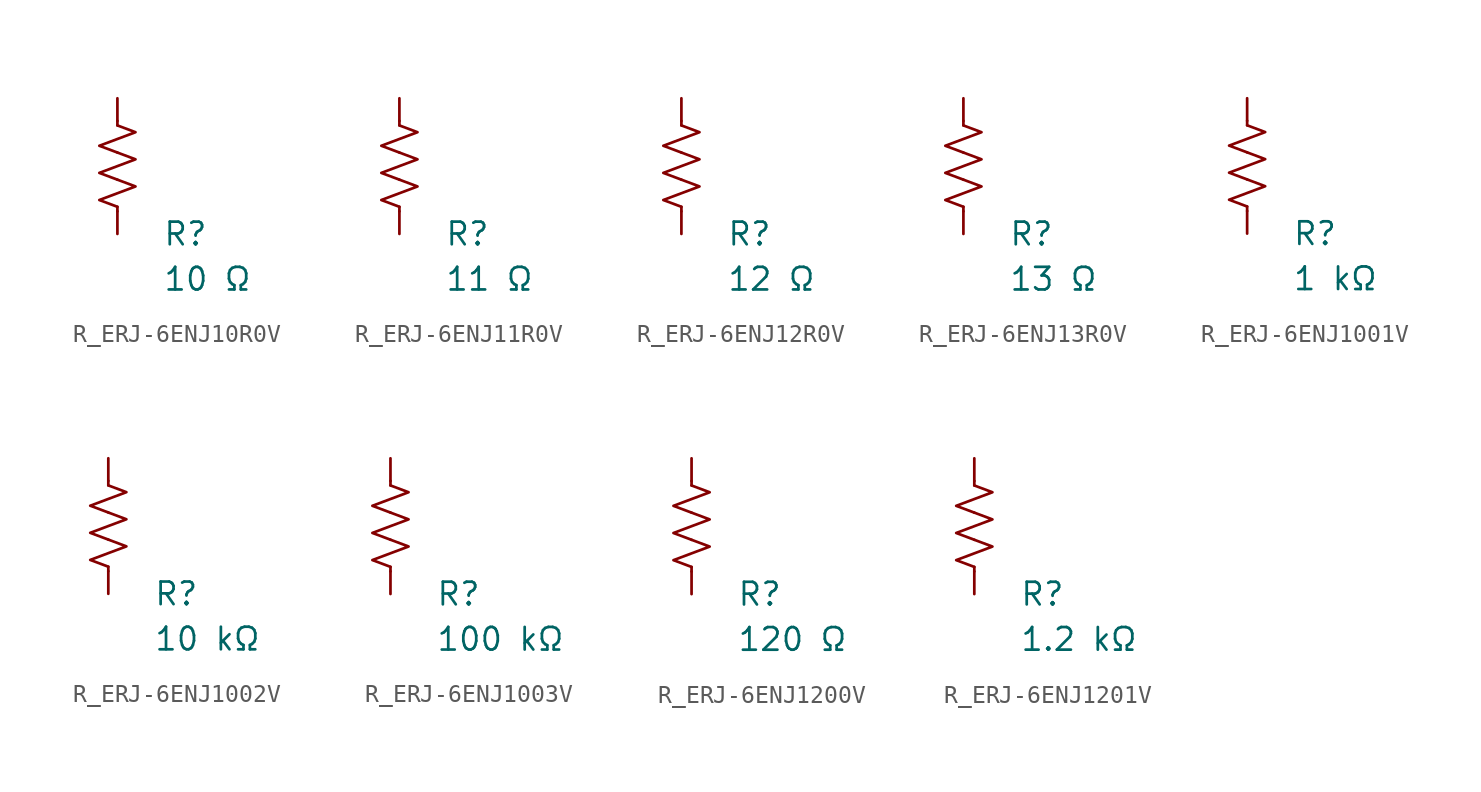
<source format=kicad_sym>
(kicad_symbol_lib
  (version 20231120)
  (generator "kicad_symbol_editor")
  (generator_version "8.0")
  (symbol "R_ERJ-6ENJ10R0V"
    (pin_numbers hide)
    (pin_names
      (offset 0))
    (property "Reference" "R"
      (at 2.54 -3.81 0)
      (effects (font (size 1.27 1.27)) (justify left))
      (show_name no))
    (property "Value" "10 Ω"
      (at 2.54 -6.35 0)
      (effects (font (size 1.27 1.27)) (justify left))
      (show_name no))
    (symbol "R_ERJ-6ENJ10R0V_0_1"
      (polyline (pts (xy 0 -2.286) (xy 0 -2.54)) (stroke (width 0) (type default)) (fill (type none)))
      (polyline (pts (xy 0 2.286) (xy 0 2.54)) (stroke (width 0) (type default)) (fill (type none)))
      (polyline (pts (xy 0 -0.762) (xy 1.016 -1.143) (xy 0 -1.524) (xy -1.016 -1.905) (xy 0 -2.286)) (stroke (width 0) (type default)) (fill (type none)))
      (polyline (pts (xy 0 0.762) (xy 1.016 0.381) (xy 0 0) (xy -1.016 -0.381) (xy 0 -0.762)) (stroke (width 0) (type default)) (fill (type none)))
      (polyline (pts (xy 0 2.286) (xy 1.016 1.905) (xy 0 1.524) (xy -1.016 1.143) (xy 0 0.762)) (stroke (width 0) (type default)) (fill (type none))))
    (symbol "R_ERJ-6ENJ10R0V_1_1"
      (pin passive line (at 0 3.81 270) (length 1.27) (name "~" (effects (font (size 1.27 1.27)))) (number "1" (effects (font (size 1.27 1.27)))))
      (pin passive line (at 0 -3.81 90) (length 1.27) (name "~" (effects (font (size 1.27 1.27)))) (number "2" (effects (font (size 1.27 1.27)))))))
  (symbol "R_ERJ-6ENJ11R0V"
    (pin_numbers hide)
    (pin_names
      (offset 0))
    (property "Reference" "R"
      (at 2.54 -3.81 0)
      (effects (font (size 1.27 1.27)) (justify left))
      (show_name no))
    (property "Value" "11 Ω"
      (at 2.54 -6.35 0)
      (effects (font (size 1.27 1.27)) (justify left))
      (show_name no))
    (symbol "R_ERJ-6ENJ11R0V_0_1"
      (polyline (pts (xy 0 -2.286) (xy 0 -2.54)) (stroke (width 0) (type default)) (fill (type none)))
      (polyline (pts (xy 0 2.286) (xy 0 2.54)) (stroke (width 0) (type default)) (fill (type none)))
      (polyline (pts (xy 0 -0.762) (xy 1.016 -1.143) (xy 0 -1.524) (xy -1.016 -1.905) (xy 0 -2.286)) (stroke (width 0) (type default)) (fill (type none)))
      (polyline (pts (xy 0 0.762) (xy 1.016 0.381) (xy 0 0) (xy -1.016 -0.381) (xy 0 -0.762)) (stroke (width 0) (type default)) (fill (type none)))
      (polyline (pts (xy 0 2.286) (xy 1.016 1.905) (xy 0 1.524) (xy -1.016 1.143) (xy 0 0.762)) (stroke (width 0) (type default)) (fill (type none))))
    (symbol "R_ERJ-6ENJ11R0V_1_1"
      (pin passive line (at 0 3.81 270) (length 1.27) (name "~" (effects (font (size 1.27 1.27)))) (number "1" (effects (font (size 1.27 1.27)))))
      (pin passive line (at 0 -3.81 90) (length 1.27) (name "~" (effects (font (size 1.27 1.27)))) (number "2" (effects (font (size 1.27 1.27)))))))
  (symbol "R_ERJ-6ENJ12R0V"
    (pin_numbers hide)
    (pin_names
      (offset 0))
    (property "Reference" "R"
      (at 2.54 -3.81 0)
      (effects (font (size 1.27 1.27)) (justify left))
      (show_name no))
    (property "Value" "12 Ω"
      (at 2.54 -6.35 0)
      (effects (font (size 1.27 1.27)) (justify left))
      (show_name no))
    (symbol "R_ERJ-6ENJ12R0V_0_1"
      (polyline (pts (xy 0 -2.286) (xy 0 -2.54)) (stroke (width 0) (type default)) (fill (type none)))
      (polyline (pts (xy 0 2.286) (xy 0 2.54)) (stroke (width 0) (type default)) (fill (type none)))
      (polyline (pts (xy 0 -0.762) (xy 1.016 -1.143) (xy 0 -1.524) (xy -1.016 -1.905) (xy 0 -2.286)) (stroke (width 0) (type default)) (fill (type none)))
      (polyline (pts (xy 0 0.762) (xy 1.016 0.381) (xy 0 0) (xy -1.016 -0.381) (xy 0 -0.762)) (stroke (width 0) (type default)) (fill (type none)))
      (polyline (pts (xy 0 2.286) (xy 1.016 1.905) (xy 0 1.524) (xy -1.016 1.143) (xy 0 0.762)) (stroke (width 0) (type default)) (fill (type none))))
    (symbol "R_ERJ-6ENJ12R0V_1_1"
      (pin passive line (at 0 3.81 270) (length 1.27) (name "~" (effects (font (size 1.27 1.27)))) (number "1" (effects (font (size 1.27 1.27)))))
      (pin passive line (at 0 -3.81 90) (length 1.27) (name "~" (effects (font (size 1.27 1.27)))) (number "2" (effects (font (size 1.27 1.27)))))))
  (symbol "R_ERJ-6ENJ13R0V"
    (pin_numbers hide)
    (pin_names
      (offset 0))
    (property "Reference" "R"
      (at 2.54 -3.81 0)
      (effects (font (size 1.27 1.27)) (justify left))
      (show_name no))
    (property "Value" "13 Ω"
      (at 2.54 -6.35 0)
      (effects (font (size 1.27 1.27)) (justify left))
      (show_name no))
    (symbol "R_ERJ-6ENJ13R0V_0_1"
      (polyline (pts (xy 0 -2.286) (xy 0 -2.54)) (stroke (width 0) (type default)) (fill (type none)))
      (polyline (pts (xy 0 2.286) (xy 0 2.54)) (stroke (width 0) (type default)) (fill (type none)))
      (polyline (pts (xy 0 -0.762) (xy 1.016 -1.143) (xy 0 -1.524) (xy -1.016 -1.905) (xy 0 -2.286)) (stroke (width 0) (type default)) (fill (type none)))
      (polyline (pts (xy 0 0.762) (xy 1.016 0.381) (xy 0 0) (xy -1.016 -0.381) (xy 0 -0.762)) (stroke (width 0) (type default)) (fill (type none)))
      (polyline (pts (xy 0 2.286) (xy 1.016 1.905) (xy 0 1.524) (xy -1.016 1.143) (xy 0 0.762)) (stroke (width 0) (type default)) (fill (type none))))
    (symbol "R_ERJ-6ENJ13R0V_1_1"
      (pin passive line (at 0 3.81 270) (length 1.27) (name "~" (effects (font (size 1.27 1.27)))) (number "1" (effects (font (size 1.27 1.27)))))
      (pin passive line (at 0 -3.81 90) (length 1.27) (name "~" (effects (font (size 1.27 1.27)))) (number "2" (effects (font (size 1.27 1.27)))))))
  (symbol "R_ERJ-6ENJ1001V"
    (pin_numbers hide)
    (pin_names
      (offset 0))
    (property "Reference" "R"
      (at 2.54 -3.81 0)
      (effects (font (size 1.27 1.27)) (justify left))
      (show_name no))
    (property "Value" "1 kΩ"
      (at 2.54 -6.35 0)
      (effects (font (size 1.27 1.27)) (justify left))
      (show_name no))
    (symbol "R_ERJ-6ENJ1001V_0_1"
      (polyline (pts (xy 0 -2.286) (xy 0 -2.54)) (stroke (width 0) (type default)) (fill (type none)))
      (polyline (pts (xy 0 2.286) (xy 0 2.54)) (stroke (width 0) (type default)) (fill (type none)))
      (polyline (pts (xy 0 -0.762) (xy 1.016 -1.143) (xy 0 -1.524) (xy -1.016 -1.905) (xy 0 -2.286)) (stroke (width 0) (type default)) (fill (type none)))
      (polyline (pts (xy 0 0.762) (xy 1.016 0.381) (xy 0 0) (xy -1.016 -0.381) (xy 0 -0.762)) (stroke (width 0) (type default)) (fill (type none)))
      (polyline (pts (xy 0 2.286) (xy 1.016 1.905) (xy 0 1.524) (xy -1.016 1.143) (xy 0 0.762)) (stroke (width 0) (type default)) (fill (type none))))
    (symbol "R_ERJ-6ENJ1001V_1_1"
      (pin passive line (at 0 3.81 270) (length 1.27) (name "~" (effects (font (size 1.27 1.27)))) (number "1" (effects (font (size 1.27 1.27)))))
      (pin passive line (at 0 -3.81 90) (length 1.27) (name "~" (effects (font (size 1.27 1.27)))) (number "2" (effects (font (size 1.27 1.27)))))))
  (symbol "R_ERJ-6ENJ1002V"
    (pin_numbers hide)
    (pin_names
      (offset 0))
    (property "Reference" "R"
      (at 2.54 -3.81 0)
      (effects (font (size 1.27 1.27)) (justify left))
      (show_name no))
    (property "Value" "10 kΩ"
      (at 2.54 -6.35 0)
      (effects (font (size 1.27 1.27)) (justify left))
      (show_name no))
    (symbol "R_ERJ-6ENJ1002V_0_1"
      (polyline (pts (xy 0 -2.286) (xy 0 -2.54)) (stroke (width 0) (type default)) (fill (type none)))
      (polyline (pts (xy 0 2.286) (xy 0 2.54)) (stroke (width 0) (type default)) (fill (type none)))
      (polyline (pts (xy 0 -0.762) (xy 1.016 -1.143) (xy 0 -1.524) (xy -1.016 -1.905) (xy 0 -2.286)) (stroke (width 0) (type default)) (fill (type none)))
      (polyline (pts (xy 0 0.762) (xy 1.016 0.381) (xy 0 0) (xy -1.016 -0.381) (xy 0 -0.762)) (stroke (width 0) (type default)) (fill (type none)))
      (polyline (pts (xy 0 2.286) (xy 1.016 1.905) (xy 0 1.524) (xy -1.016 1.143) (xy 0 0.762)) (stroke (width 0) (type default)) (fill (type none))))
    (symbol "R_ERJ-6ENJ1002V_1_1"
      (pin passive line (at 0 3.81 270) (length 1.27) (name "~" (effects (font (size 1.27 1.27)))) (number "1" (effects (font (size 1.27 1.27)))))
      (pin passive line (at 0 -3.81 90) (length 1.27) (name "~" (effects (font (size 1.27 1.27)))) (number "2" (effects (font (size 1.27 1.27)))))))
  (symbol "R_ERJ-6ENJ1003V"
    (pin_numbers hide)
    (pin_names
      (offset 0))
    (property "Reference" "R"
      (at 2.54 -3.81 0)
      (effects (font (size 1.27 1.27)) (justify left))
      (show_name no))
    (property "Value" "100 kΩ"
      (at 2.54 -6.35 0)
      (effects (font (size 1.27 1.27)) (justify left))
      (show_name no))
    (symbol "R_ERJ-6ENJ1003V_0_1"
      (polyline (pts (xy 0 -2.286) (xy 0 -2.54)) (stroke (width 0) (type default)) (fill (type none)))
      (polyline (pts (xy 0 2.286) (xy 0 2.54)) (stroke (width 0) (type default)) (fill (type none)))
      (polyline (pts (xy 0 -0.762) (xy 1.016 -1.143) (xy 0 -1.524) (xy -1.016 -1.905) (xy 0 -2.286)) (stroke (width 0) (type default)) (fill (type none)))
      (polyline (pts (xy 0 0.762) (xy 1.016 0.381) (xy 0 0) (xy -1.016 -0.381) (xy 0 -0.762)) (stroke (width 0) (type default)) (fill (type none)))
      (polyline (pts (xy 0 2.286) (xy 1.016 1.905) (xy 0 1.524) (xy -1.016 1.143) (xy 0 0.762)) (stroke (width 0) (type default)) (fill (type none))))
    (symbol "R_ERJ-6ENJ1003V_1_1"
      (pin passive line (at 0 3.81 270) (length 1.27) (name "~" (effects (font (size 1.27 1.27)))) (number "1" (effects (font (size 1.27 1.27)))))
      (pin passive line (at 0 -3.81 90) (length 1.27) (name "~" (effects (font (size 1.27 1.27)))) (number "2" (effects (font (size 1.27 1.27)))))))
  (symbol "R_ERJ-6ENJ1200V"
    (pin_numbers hide)
    (pin_names
      (offset 0))
    (property "Reference" "R"
      (at 2.54 -3.81 0)
      (effects (font (size 1.27 1.27)) (justify left))
      (show_name no))
    (property "Value" "120 Ω"
      (at 2.54 -6.35 0)
      (effects (font (size 1.27 1.27)) (justify left))
      (show_name no))
    (symbol "R_ERJ-6ENJ1200V_0_1"
      (polyline (pts (xy 0 -2.286) (xy 0 -2.54)) (stroke (width 0) (type default)) (fill (type none)))
      (polyline (pts (xy 0 2.286) (xy 0 2.54)) (stroke (width 0) (type default)) (fill (type none)))
      (polyline (pts (xy 0 -0.762) (xy 1.016 -1.143) (xy 0 -1.524) (xy -1.016 -1.905) (xy 0 -2.286)) (stroke (width 0) (type default)) (fill (type none)))
      (polyline (pts (xy 0 0.762) (xy 1.016 0.381) (xy 0 0) (xy -1.016 -0.381) (xy 0 -0.762)) (stroke (width 0) (type default)) (fill (type none)))
      (polyline (pts (xy 0 2.286) (xy 1.016 1.905) (xy 0 1.524) (xy -1.016 1.143) (xy 0 0.762)) (stroke (width 0) (type default)) (fill (type none))))
    (symbol "R_ERJ-6ENJ1200V_1_1"
      (pin passive line (at 0 3.81 270) (length 1.27) (name "~" (effects (font (size 1.27 1.27)))) (number "1" (effects (font (size 1.27 1.27)))))
      (pin passive line (at 0 -3.81 90) (length 1.27) (name "~" (effects (font (size 1.27 1.27)))) (number "2" (effects (font (size 1.27 1.27)))))))
  (symbol "R_ERJ-6ENJ1201V"
    (pin_numbers hide)
    (pin_names
      (offset 0))
    (property "Reference" "R"
      (at 2.54 -3.81 0)
      (effects (font (size 1.27 1.27)) (justify left))
      (show_name no))
    (property "Value" "1.2 kΩ"
      (at 2.54 -6.35 0)
      (effects (font (size 1.27 1.27)) (justify left))
      (show_name no))
    (symbol "R_ERJ-6ENJ1201V_0_1"
      (polyline (pts (xy 0 -2.286) (xy 0 -2.54)) (stroke (width 0) (type default)) (fill (type none)))
      (polyline (pts (xy 0 2.286) (xy 0 2.54)) (stroke (width 0) (type default)) (fill (type none)))
      (polyline (pts (xy 0 -0.762) (xy 1.016 -1.143) (xy 0 -1.524) (xy -1.016 -1.905) (xy 0 -2.286)) (stroke (width 0) (type default)) (fill (type none)))
      (polyline (pts (xy 0 0.762) (xy 1.016 0.381) (xy 0 0) (xy -1.016 -0.381) (xy 0 -0.762)) (stroke (width 0) (type default)) (fill (type none)))
      (polyline (pts (xy 0 2.286) (xy 1.016 1.905) (xy 0 1.524) (xy -1.016 1.143) (xy 0 0.762)) (stroke (width 0) (type default)) (fill (type none))))
    (symbol "R_ERJ-6ENJ1201V_1_1"
      (pin passive line (at 0 3.81 270) (length 1.27) (name "~" (effects (font (size 1.27 1.27)))) (number "1" (effects (font (size 1.27 1.27)))))
      (pin passive line (at 0 -3.81 90) (length 1.27) (name "~" (effects (font (size 1.27 1.27)))) (number "2" (effects (font (size 1.27 1.27))))))))
</source>
